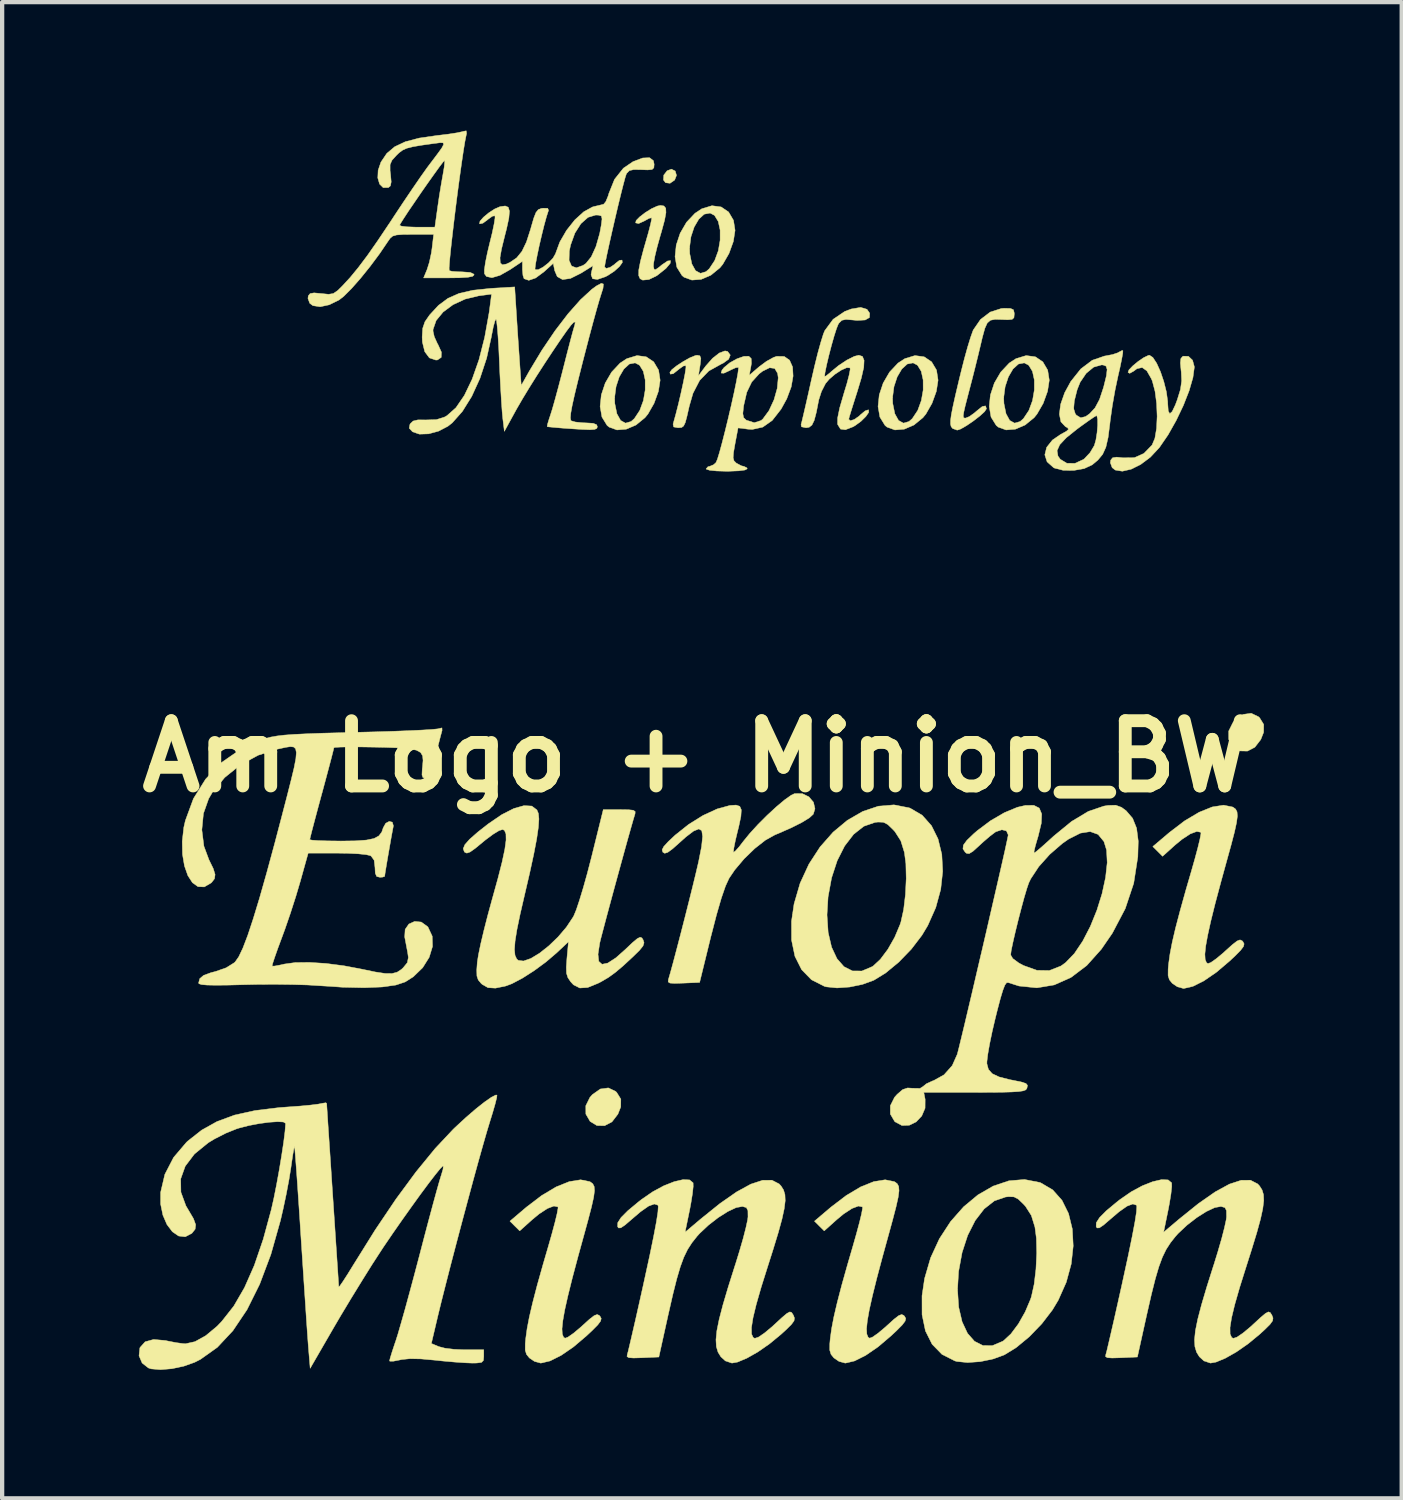
<source format=kicad_pcb>
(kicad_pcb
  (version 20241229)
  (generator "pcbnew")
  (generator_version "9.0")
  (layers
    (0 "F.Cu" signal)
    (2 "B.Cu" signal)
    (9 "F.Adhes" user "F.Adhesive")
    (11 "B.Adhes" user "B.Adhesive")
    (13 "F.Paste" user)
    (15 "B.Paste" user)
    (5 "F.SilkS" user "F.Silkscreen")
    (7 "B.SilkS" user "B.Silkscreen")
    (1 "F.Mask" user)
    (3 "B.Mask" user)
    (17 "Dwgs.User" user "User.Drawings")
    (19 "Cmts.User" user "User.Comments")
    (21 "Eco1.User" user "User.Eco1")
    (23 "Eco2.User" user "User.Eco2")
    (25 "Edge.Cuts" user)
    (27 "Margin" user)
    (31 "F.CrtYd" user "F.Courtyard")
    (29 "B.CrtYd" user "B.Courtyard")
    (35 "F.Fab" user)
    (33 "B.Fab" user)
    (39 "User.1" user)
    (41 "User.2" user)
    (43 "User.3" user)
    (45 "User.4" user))
  (footprint "Am Logo + Minion_BW"
    (layer "F.Cu")
    (at 13.215 14.616)
    (property "Reference" "Am Logo + Minion_BW" (at 0 0 0) (layer "F.SilkS") (effects (font (size 1.524 1.524) (thickness 0.3))))
    (attr through_hole)
    (fp_poly (pts (xy -0.496 -13.672) (xy -0.466 -13.571) (xy -0.509 -13.461) (xy -0.617 -13.386) (xy -0.721 -13.399) (xy -0.77 -13.463) (xy -0.763 -13.577) (xy -0.685 -13.678) (xy -0.584 -13.716) (xy -0.496 -13.672)) (stroke (width 0.01) (type solid)) (fill yes) (layer "F.SilkS"))
    (fp_poly (pts (xy -1.888 7.822) (xy -1.863 7.846) (xy -1.766 8.002) (xy -1.768 8.186) (xy -1.835 8.355) (xy -1.973 8.534) (xy -2.145 8.624) (xy -2.325 8.62) (xy -2.484 8.523) (xy -2.583 8.352) (xy -2.584 8.157) (xy -2.487 7.961) (xy -2.431 7.898) (xy -2.244 7.766) (xy -2.058 7.741) (xy -1.888 7.822)) (stroke (width 0.01) (type solid)) (fill yes) (layer "F.SilkS"))
    (fp_poly (pts (xy 13.126 -0.927) (xy 13.152 -0.903) (xy 13.248 -0.747) (xy 13.246 -0.563) (xy 13.179 -0.394) (xy 13.041 -0.215) (xy 12.869 -0.125) (xy 12.689 -0.129) (xy 12.531 -0.226) (xy 12.431 -0.397) (xy 12.43 -0.592) (xy 12.527 -0.788) (xy 12.583 -0.851) (xy 12.77 -0.982) (xy 12.956 -1.008) (xy 13.126 -0.927)) (stroke (width 0.01) (type solid)) (fill yes) (layer "F.SilkS"))
    (fp_poly (pts (xy -1.173 -9.333) (xy -0.999 -9.216) (xy -0.884 -9.022) (xy -0.848 -8.787) (xy -0.888 -8.528) (xy -0.99 -8.246) (xy -1.133 -7.996) (xy -1.203 -7.911) (xy -1.412 -7.74) (xy -1.639 -7.643) (xy -1.856 -7.625) (xy -2.04 -7.692) (xy -2.087 -7.731) (xy -2.207 -7.926) (xy -2.25 -8.172) (xy -2.228 -8.383) (xy -1.911 -8.383) (xy -1.907 -8.244) (xy -1.858 -8.003) (xy -1.771 -7.847) (xy -1.658 -7.784) (xy -1.527 -7.822) (xy -1.45 -7.89) (xy -1.324 -8.081) (xy -1.239 -8.312) (xy -1.197 -8.557) (xy -1.197 -8.793) (xy -1.241 -8.994) (xy -1.328 -9.136) (xy -1.431 -9.191) (xy -1.567 -9.165) (xy -1.695 -9.048) (xy -1.803 -8.864) (xy -1.878 -8.635) (xy -1.911 -8.383) (xy -2.228 -8.383) (xy -2.222 -8.444) (xy -2.13 -8.72) (xy -1.982 -8.975) (xy -1.784 -9.186) (xy -1.626 -9.29) (xy -1.388 -9.362) (xy -1.173 -9.333)) (stroke (width 0.01) (type solid)) (fill yes) (layer "F.SilkS"))
    (fp_poly (pts (xy 0.577 -12.833) (xy 0.751 -12.715) (xy 0.865 -12.521) (xy 0.902 -12.286) (xy 0.862 -12.027) (xy 0.76 -11.746) (xy 0.616 -11.496) (xy 0.547 -11.411) (xy 0.337 -11.239) (xy 0.111 -11.142) (xy -0.106 -11.125) (xy -0.29 -11.192) (xy -0.337 -11.231) (xy -0.458 -11.426) (xy -0.5 -11.672) (xy -0.478 -11.883) (xy -0.161 -11.883) (xy -0.157 -11.743) (xy -0.108 -11.502) (xy -0.022 -11.346) (xy 0.092 -11.283) (xy 0.222 -11.321) (xy 0.3 -11.39) (xy 0.426 -11.581) (xy 0.511 -11.811) (xy 0.553 -12.057) (xy 0.553 -12.293) (xy 0.509 -12.494) (xy 0.422 -12.636) (xy 0.319 -12.69) (xy 0.182 -12.664) (xy 0.055 -12.548) (xy -0.053 -12.364) (xy -0.129 -12.134) (xy -0.161 -11.883) (xy -0.478 -11.883) (xy -0.472 -11.944) (xy -0.38 -12.22) (xy -0.232 -12.475) (xy -0.034 -12.685) (xy 0.124 -12.79) (xy 0.362 -12.862) (xy 0.577 -12.833)) (stroke (width 0.01) (type solid)) (fill yes) (layer "F.SilkS"))
    (fp_poly (pts (xy 5.318 -9.333) (xy 5.492 -9.216) (xy 5.607 -9.022) (xy 5.643 -8.787) (xy 5.603 -8.528) (xy 5.501 -8.246) (xy 5.358 -7.996) (xy 5.288 -7.911) (xy 5.079 -7.74) (xy 4.853 -7.643) (xy 4.635 -7.625) (xy 4.451 -7.692) (xy 4.404 -7.731) (xy 4.284 -7.926) (xy 4.241 -8.172) (xy 4.263 -8.383) (xy 4.58 -8.383) (xy 4.584 -8.244) (xy 4.633 -8.003) (xy 4.72 -7.847) (xy 4.833 -7.784) (xy 4.964 -7.822) (xy 5.041 -7.89) (xy 5.168 -8.081) (xy 5.252 -8.312) (xy 5.295 -8.557) (xy 5.294 -8.793) (xy 5.25 -8.994) (xy 5.163 -9.136) (xy 5.06 -9.191) (xy 4.924 -9.165) (xy 4.796 -9.048) (xy 4.688 -8.864) (xy 4.613 -8.635) (xy 4.58 -8.383) (xy 4.263 -8.383) (xy 4.269 -8.444) (xy 4.361 -8.72) (xy 4.509 -8.975) (xy 4.707 -9.186) (xy 4.866 -9.29) (xy 5.103 -9.362) (xy 5.318 -9.333)) (stroke (width 0.01) (type solid)) (fill yes) (layer "F.SilkS"))
    (fp_poly (pts (xy 7.915 -9.333) (xy 8.089 -9.216) (xy 8.203 -9.022) (xy 8.24 -8.787) (xy 8.2 -8.528) (xy 8.098 -8.246) (xy 7.954 -7.996) (xy 7.885 -7.911) (xy 7.675 -7.74) (xy 7.449 -7.643) (xy 7.231 -7.625) (xy 7.047 -7.692) (xy 7.001 -7.731) (xy 6.88 -7.926) (xy 6.838 -8.172) (xy 6.859 -8.383) (xy 7.176 -8.383) (xy 7.181 -8.244) (xy 7.23 -8.003) (xy 7.316 -7.847) (xy 7.43 -7.784) (xy 7.56 -7.822) (xy 7.637 -7.89) (xy 7.764 -8.081) (xy 7.849 -8.312) (xy 7.891 -8.557) (xy 7.891 -8.793) (xy 7.847 -8.994) (xy 7.76 -9.136) (xy 7.657 -9.191) (xy 7.52 -9.165) (xy 7.392 -9.048) (xy 7.285 -8.864) (xy 7.209 -8.635) (xy 7.176 -8.383) (xy 6.859 -8.383) (xy 6.866 -8.444) (xy 6.957 -8.72) (xy 7.106 -8.975) (xy 7.304 -9.186) (xy 7.462 -9.29) (xy 7.7 -9.362) (xy 7.915 -9.333)) (stroke (width 0.01) (type solid)) (fill yes) (layer "F.SilkS"))
    (fp_poly (pts (xy -0.76 -12.856) (xy -0.717 -12.804) (xy -0.712 -12.7) (xy -0.744 -12.525) (xy -0.814 -12.266) (xy -0.846 -12.158) (xy -0.917 -11.904) (xy -0.971 -11.681) (xy -1.001 -11.516) (xy -1.005 -11.445) (xy -0.989 -11.376) (xy -0.951 -11.37) (xy -0.866 -11.431) (xy -0.809 -11.479) (xy -0.674 -11.571) (xy -0.604 -11.579) (xy -0.612 -11.517) (xy -0.711 -11.399) (xy -0.722 -11.389) (xy -0.925 -11.228) (xy -1.109 -11.138) (xy -1.255 -11.124) (xy -1.317 -11.157) (xy -1.349 -11.23) (xy -1.347 -11.361) (xy -1.308 -11.564) (xy -1.232 -11.852) (xy -1.189 -12) (xy -1.122 -12.234) (xy -1.073 -12.424) (xy -1.047 -12.546) (xy -1.046 -12.58) (xy -1.104 -12.568) (xy -1.211 -12.509) (xy -1.218 -12.505) (xy -1.351 -12.445) (xy -1.421 -12.461) (xy -1.408 -12.517) (xy -1.323 -12.603) (xy -1.194 -12.702) (xy -1.049 -12.792) (xy -0.915 -12.853) (xy -0.84 -12.869) (xy -0.76 -12.856)) (stroke (width 0.01) (type solid)) (fill yes) (layer "F.SilkS"))
    (fp_poly (pts (xy 0.728 -9.458) (xy 0.79 -9.374) (xy 0.752 -9.277) (xy 0.624 -9.185) (xy 0.579 -9.164) (xy 0.289 -9.003) (xy 0.074 -8.781) (xy -0.081 -8.481) (xy -0.167 -8.184) (xy -0.221 -7.946) (xy -0.261 -7.797) (xy -0.3 -7.717) (xy -0.346 -7.683) (xy -0.412 -7.677) (xy -0.431 -7.676) (xy -0.532 -7.695) (xy -0.546 -7.762) (xy -0.542 -7.775) (xy -0.483 -7.988) (xy -0.42 -8.235) (xy -0.36 -8.492) (xy -0.307 -8.734) (xy -0.267 -8.937) (xy -0.246 -9.076) (xy -0.247 -9.127) (xy -0.307 -9.118) (xy -0.406 -9.047) (xy -0.413 -9.041) (xy -0.542 -8.938) (xy -0.61 -8.929) (xy -0.621 -8.969) (xy -0.575 -9.033) (xy -0.461 -9.124) (xy -0.309 -9.223) (xy -0.154 -9.31) (xy -0.027 -9.362) (xy 0.015 -9.37) (xy 0.08 -9.357) (xy 0.103 -9.297) (xy 0.089 -9.163) (xy 0.084 -9.13) (xy 0.046 -8.89) (xy 0.217 -9.118) (xy 0.377 -9.299) (xy 0.534 -9.422) (xy 0.667 -9.471) (xy 0.728 -9.458)) (stroke (width 0.01) (type solid)) (fill yes) (layer "F.SilkS"))
    (fp_poly (pts (xy 7.336 -10.462) (xy 7.404 -10.431) (xy 7.422 -10.355) (xy 7.422 -10.329) (xy 7.415 -10.247) (xy 7.373 -10.208) (xy 7.268 -10.198) (xy 7.129 -10.204) (xy 6.974 -10.208) (xy 6.867 -10.187) (xy 6.792 -10.123) (xy 6.735 -9.997) (xy 6.678 -9.79) (xy 6.639 -9.624) (xy 6.58 -9.377) (xy 6.506 -9.077) (xy 6.431 -8.781) (xy 6.415 -8.721) (xy 6.333 -8.406) (xy 6.276 -8.185) (xy 6.243 -8.04) (xy 6.231 -7.956) (xy 6.237 -7.916) (xy 6.258 -7.903) (xy 6.287 -7.902) (xy 6.375 -7.938) (xy 6.5 -8.029) (xy 6.54 -8.064) (xy 6.675 -8.172) (xy 6.751 -8.187) (xy 6.773 -8.12) (xy 6.73 -8.053) (xy 6.618 -7.951) (xy 6.468 -7.835) (xy 6.31 -7.727) (xy 6.173 -7.648) (xy 6.089 -7.62) (xy 5.983 -7.659) (xy 5.947 -7.705) (xy 5.934 -7.763) (xy 5.935 -7.85) (xy 5.952 -7.98) (xy 5.989 -8.167) (xy 6.047 -8.428) (xy 6.129 -8.775) (xy 6.18 -8.984) (xy 6.256 -9.283) (xy 6.333 -9.561) (xy 6.403 -9.789) (xy 6.457 -9.94) (xy 6.466 -9.961) (xy 6.634 -10.205) (xy 6.861 -10.378) (xy 7.12 -10.461) (xy 7.186 -10.466) (xy 7.336 -10.462)) (stroke (width 0.01) (type solid)) (fill yes) (layer "F.SilkS"))
    (fp_poly (pts (xy 10.659 -9.318) (xy 10.748 -9.182) (xy 10.837 -8.985) (xy 10.915 -8.754) (xy 10.975 -8.515) (xy 11.005 -8.294) (xy 11.007 -8.234) (xy 11.019 -8.065) (xy 11.054 -8.005) (xy 11.11 -8.054) (xy 11.185 -8.211) (xy 11.229 -8.329) (xy 11.304 -8.572) (xy 11.332 -8.772) (xy 11.322 -8.983) (xy 11.319 -9.004) (xy 11.302 -9.189) (xy 11.313 -9.292) (xy 11.355 -9.341) (xy 11.37 -9.348) (xy 11.491 -9.344) (xy 11.586 -9.254) (xy 11.627 -9.104) (xy 11.628 -9.091) (xy 11.595 -8.847) (xy 11.506 -8.54) (xy 11.372 -8.198) (xy 11.204 -7.846) (xy 11.015 -7.511) (xy 10.816 -7.221) (xy 10.805 -7.207) (xy 10.601 -6.989) (xy 10.376 -6.82) (xy 10.152 -6.708) (xy 9.947 -6.661) (xy 9.782 -6.688) (xy 9.709 -6.744) (xy 9.667 -6.858) (xy 9.675 -6.92) (xy 9.719 -6.975) (xy 9.814 -6.99) (xy 9.963 -6.974) (xy 10.227 -6.977) (xy 10.45 -7.077) (xy 10.64 -7.272) (xy 10.706 -7.428) (xy 10.746 -7.662) (xy 10.759 -7.944) (xy 10.747 -8.242) (xy 10.71 -8.527) (xy 10.647 -8.766) (xy 10.625 -8.819) (xy 10.519 -9.005) (xy 10.41 -9.083) (xy 10.288 -9.056) (xy 10.212 -8.999) (xy 10.119 -8.947) (xy 10.079 -8.969) (xy 10.101 -9.028) (xy 10.19 -9.121) (xy 10.315 -9.225) (xy 10.446 -9.314) (xy 10.553 -9.365) (xy 10.58 -9.37) (xy 10.659 -9.318)) (stroke (width 0.01) (type solid)) (fill yes) (layer "F.SilkS"))
    (fp_poly (pts (xy 12.522 1.181) (xy 12.534 1.187) (xy 12.592 1.23) (xy 12.625 1.294) (xy 12.633 1.394) (xy 12.613 1.547) (xy 12.565 1.767) (xy 12.486 2.07) (xy 12.417 2.319) (xy 12.25 2.926) (xy 12.115 3.432) (xy 12.012 3.847) (xy 11.939 4.177) (xy 11.893 4.431) (xy 11.874 4.617) (xy 11.881 4.742) (xy 11.911 4.815) (xy 11.946 4.838) (xy 12.015 4.812) (xy 12.14 4.724) (xy 12.299 4.592) (xy 12.348 4.547) (xy 12.518 4.394) (xy 12.627 4.31) (xy 12.695 4.284) (xy 12.744 4.305) (xy 12.763 4.326) (xy 12.79 4.378) (xy 12.775 4.439) (xy 12.707 4.529) (xy 12.574 4.664) (xy 12.447 4.782) (xy 12.142 5.041) (xy 11.852 5.24) (xy 11.595 5.369) (xy 11.386 5.418) (xy 11.375 5.419) (xy 11.231 5.379) (xy 11.112 5.298) (xy 11.045 5.215) (xy 11.015 5.117) (xy 11.016 4.967) (xy 11.027 4.845) (xy 11.059 4.613) (xy 11.112 4.337) (xy 11.19 4.004) (xy 11.296 3.601) (xy 11.432 3.113) (xy 11.554 2.695) (xy 11.639 2.396) (xy 11.709 2.135) (xy 11.758 1.932) (xy 11.782 1.805) (xy 11.781 1.771) (xy 11.685 1.752) (xy 11.532 1.809) (xy 11.338 1.937) (xy 11.179 2.068) (xy 10.886 2.332) (xy 10.658 2.104) (xy 11.044 1.777) (xy 11.4 1.505) (xy 11.738 1.304) (xy 12.045 1.18) (xy 12.311 1.138) (xy 12.522 1.181)) (stroke (width 0.01) (type solid)) (fill yes) (layer "F.SilkS"))
    (fp_poly (pts (xy -2.492 9.93) (xy -2.48 9.936) (xy -2.422 9.979) (xy -2.389 10.043) (xy -2.381 10.143) (xy -2.401 10.296) (xy -2.45 10.516) (xy -2.529 10.819) (xy -2.597 11.068) (xy -2.764 11.674) (xy -2.899 12.181) (xy -3.002 12.596) (xy -3.076 12.926) (xy -3.121 13.18) (xy -3.14 13.366) (xy -3.133 13.491) (xy -3.103 13.564) (xy -3.068 13.587) (xy -3 13.561) (xy -2.874 13.473) (xy -2.715 13.34) (xy -2.666 13.296) (xy -2.497 13.143) (xy -2.388 13.059) (xy -2.319 13.033) (xy -2.271 13.054) (xy -2.251 13.075) (xy -2.224 13.126) (xy -2.239 13.188) (xy -2.307 13.278) (xy -2.44 13.412) (xy -2.567 13.531) (xy -2.872 13.79) (xy -3.162 13.989) (xy -3.42 14.118) (xy -3.628 14.167) (xy -3.639 14.168) (xy -3.783 14.128) (xy -3.902 14.047) (xy -3.969 13.964) (xy -3.999 13.866) (xy -3.998 13.716) (xy -3.987 13.594) (xy -3.955 13.362) (xy -3.902 13.086) (xy -3.824 12.753) (xy -3.719 12.349) (xy -3.582 11.862) (xy -3.46 11.444) (xy -3.375 11.145) (xy -3.305 10.884) (xy -3.256 10.681) (xy -3.233 10.554) (xy -3.233 10.52) (xy -3.329 10.5) (xy -3.482 10.558) (xy -3.677 10.686) (xy -3.835 10.817) (xy -4.128 11.08) (xy -4.242 10.967) (xy -4.356 10.853) (xy -3.971 10.526) (xy -3.614 10.254) (xy -3.277 10.053) (xy -2.969 9.929) (xy -2.704 9.887) (xy -2.492 9.93)) (stroke (width 0.01) (type solid)) (fill yes) (layer "F.SilkS"))
    (fp_poly (pts (xy 4.62 9.93) (xy 4.632 9.936) (xy 4.69 9.979) (xy 4.723 10.043) (xy 4.731 10.143) (xy 4.711 10.296) (xy 4.662 10.516) (xy 4.583 10.819) (xy 4.515 11.068) (xy 4.348 11.674) (xy 4.213 12.181) (xy 4.11 12.596) (xy 4.036 12.926) (xy 3.991 13.18) (xy 3.972 13.366) (xy 3.979 13.491) (xy 4.009 13.564) (xy 4.044 13.587) (xy 4.112 13.561) (xy 4.238 13.473) (xy 4.397 13.34) (xy 4.446 13.296) (xy 4.615 13.143) (xy 4.724 13.059) (xy 4.793 13.033) (xy 4.841 13.054) (xy 4.861 13.075) (xy 4.888 13.126) (xy 4.873 13.188) (xy 4.805 13.278) (xy 4.672 13.412) (xy 4.545 13.531) (xy 4.24 13.79) (xy 3.95 13.989) (xy 3.692 14.118) (xy 3.484 14.167) (xy 3.473 14.168) (xy 3.329 14.128) (xy 3.21 14.047) (xy 3.143 13.964) (xy 3.113 13.866) (xy 3.114 13.716) (xy 3.125 13.594) (xy 3.157 13.362) (xy 3.21 13.086) (xy 3.288 12.753) (xy 3.393 12.349) (xy 3.53 11.862) (xy 3.652 11.444) (xy 3.737 11.145) (xy 3.807 10.884) (xy 3.856 10.681) (xy 3.879 10.554) (xy 3.878 10.52) (xy 3.783 10.5) (xy 3.63 10.558) (xy 3.435 10.686) (xy 3.277 10.817) (xy 2.984 11.08) (xy 2.87 10.967) (xy 2.756 10.853) (xy 3.141 10.526) (xy 3.498 10.254) (xy 3.835 10.053) (xy 4.143 9.929) (xy 4.408 9.887) (xy 4.62 9.93)) (stroke (width 0.01) (type solid)) (fill yes) (layer "F.SilkS"))
    (fp_poly (pts (xy 4.967 1.2) (xy 4.992 1.209) (xy 5.272 1.373) (xy 5.489 1.617) (xy 5.642 1.926) (xy 5.73 2.287) (xy 5.751 2.684) (xy 5.705 3.104) (xy 5.589 3.53) (xy 5.402 3.95) (xy 5.266 4.177) (xy 5.018 4.501) (xy 4.725 4.804) (xy 4.417 5.058) (xy 4.142 5.227) (xy 3.879 5.323) (xy 3.579 5.385) (xy 3.283 5.406) (xy 3.034 5.381) (xy 2.987 5.368) (xy 2.686 5.215) (xy 2.456 4.979) (xy 2.3 4.668) (xy 2.221 4.288) (xy 2.22 3.848) (xy 2.242 3.701) (xy 3.049 3.701) (xy 3.076 4.11) (xy 3.156 4.454) (xy 3.282 4.723) (xy 3.446 4.91) (xy 3.643 5.009) (xy 3.864 5.011) (xy 4.104 4.909) (xy 4.126 4.895) (xy 4.296 4.737) (xy 4.471 4.503) (xy 4.63 4.223) (xy 4.754 3.929) (xy 4.775 3.866) (xy 4.839 3.577) (xy 4.881 3.224) (xy 4.899 2.852) (xy 4.891 2.504) (xy 4.857 2.243) (xy 4.773 1.971) (xy 4.636 1.757) (xy 4.597 1.714) (xy 4.47 1.591) (xy 4.368 1.537) (xy 4.243 1.532) (xy 4.17 1.54) (xy 3.91 1.63) (xy 3.671 1.818) (xy 3.461 2.091) (xy 3.287 2.435) (xy 3.156 2.836) (xy 3.074 3.281) (xy 3.049 3.701) (xy 2.242 3.701) (xy 2.28 3.443) (xy 2.421 2.96) (xy 2.627 2.514) (xy 2.887 2.114) (xy 3.19 1.77) (xy 3.525 1.491) (xy 3.882 1.285) (xy 4.248 1.162) (xy 4.613 1.131) (xy 4.967 1.2)) (stroke (width 0.01) (type solid)) (fill yes) (layer "F.SilkS"))
    (fp_poly (pts (xy 8.015 9.949) (xy 8.04 9.958) (xy 8.32 10.122) (xy 8.537 10.366) (xy 8.69 10.675) (xy 8.778 11.036) (xy 8.799 11.433) (xy 8.753 11.852) (xy 8.637 12.279) (xy 8.45 12.699) (xy 8.314 12.926) (xy 8.066 13.249) (xy 7.773 13.553) (xy 7.465 13.807) (xy 7.19 13.976) (xy 6.927 14.072) (xy 6.627 14.134) (xy 6.331 14.155) (xy 6.082 14.13) (xy 6.035 14.117) (xy 5.734 13.964) (xy 5.504 13.728) (xy 5.348 13.417) (xy 5.269 13.037) (xy 5.268 12.596) (xy 5.29 12.45) (xy 6.097 12.45) (xy 6.124 12.859) (xy 6.204 13.202) (xy 6.33 13.472) (xy 6.494 13.659) (xy 6.691 13.758) (xy 6.912 13.76) (xy 7.152 13.658) (xy 7.174 13.644) (xy 7.344 13.486) (xy 7.519 13.252) (xy 7.678 12.971) (xy 7.802 12.678) (xy 7.823 12.615) (xy 7.887 12.326) (xy 7.929 11.973) (xy 7.947 11.601) (xy 7.939 11.253) (xy 7.905 10.992) (xy 7.821 10.72) (xy 7.684 10.506) (xy 7.645 10.463) (xy 7.518 10.34) (xy 7.416 10.286) (xy 7.291 10.281) (xy 7.218 10.289) (xy 6.958 10.379) (xy 6.719 10.567) (xy 6.509 10.84) (xy 6.335 11.184) (xy 6.204 11.585) (xy 6.122 12.03) (xy 6.097 12.45) (xy 5.29 12.45) (xy 5.328 12.192) (xy 5.469 11.708) (xy 5.675 11.262) (xy 5.935 10.863) (xy 6.238 10.519) (xy 6.573 10.24) (xy 6.93 10.034) (xy 7.296 9.911) (xy 7.661 9.88) (xy 8.015 9.949)) (stroke (width 0.01) (type solid)) (fill yes) (layer "F.SilkS"))
    (fp_poly (pts (xy 2.626 0.943) (xy 2.733 1.069) (xy 2.768 1.222) (xy 2.729 1.349) (xy 2.638 1.433) (xy 2.46 1.542) (xy 2.214 1.666) (xy 1.919 1.796) (xy 1.835 1.83) (xy 1.612 1.954) (xy 1.362 2.15) (xy 1.113 2.391) (xy 0.893 2.652) (xy 0.761 2.848) (xy 0.678 3.028) (xy 0.58 3.313) (xy 0.469 3.696) (xy 0.347 4.169) (xy 0.34 4.194) (xy 0.074 5.278) (xy -0.306 5.294) (xy -0.507 5.3) (xy -0.618 5.293) (xy -0.66 5.266) (xy -0.656 5.214) (xy -0.655 5.21) (xy -0.609 5.052) (xy -0.542 4.807) (xy -0.46 4.497) (xy -0.368 4.144) (xy -0.272 3.77) (xy -0.178 3.398) (xy -0.091 3.049) (xy -0.017 2.745) (xy 0.038 2.51) (xy 0.054 2.439) (xy 0.12 2.103) (xy 0.144 1.869) (xy 0.124 1.733) (xy 0.055 1.693) (xy -0.067 1.743) (xy -0.247 1.88) (xy -0.385 2.004) (xy -0.558 2.158) (xy -0.67 2.24) (xy -0.741 2.262) (xy -0.785 2.236) (xy -0.802 2.181) (xy -0.763 2.104) (xy -0.657 1.988) (xy -0.497 1.838) (xy -0.183 1.588) (xy 0.154 1.378) (xy 0.484 1.226) (xy 0.776 1.146) (xy 0.783 1.145) (xy 0.925 1.136) (xy 1.012 1.165) (xy 1.048 1.247) (xy 1.038 1.4) (xy 0.988 1.638) (xy 0.96 1.749) (xy 0.909 1.962) (xy 0.875 2.131) (xy 0.863 2.227) (xy 0.865 2.239) (xy 0.908 2.21) (xy 0.996 2.112) (xy 1.092 1.987) (xy 1.245 1.799) (xy 1.437 1.589) (xy 1.65 1.376) (xy 1.863 1.179) (xy 2.057 1.016) (xy 2.212 0.906) (xy 2.289 0.869) (xy 2.471 0.868) (xy 2.626 0.943)) (stroke (width 0.01) (type solid)) (fill yes) (layer "F.SilkS"))
    (fp_poly (pts (xy 3.982 -10.443) (xy 4.045 -10.353) (xy 4.041 -10.251) (xy 3.94 -10.193) (xy 3.75 -10.183) (xy 3.659 -10.192) (xy 3.492 -10.206) (xy 3.395 -10.186) (xy 3.329 -10.12) (xy 3.312 -10.094) (xy 3.273 -9.998) (xy 3.217 -9.824) (xy 3.154 -9.602) (xy 3.092 -9.364) (xy 3.039 -9.141) (xy 3.003 -8.965) (xy 2.992 -8.875) (xy 3.027 -8.887) (xy 3.116 -8.958) (xy 3.147 -8.987) (xy 3.324 -9.132) (xy 3.515 -9.258) (xy 3.687 -9.344) (xy 3.792 -9.37) (xy 3.877 -9.342) (xy 3.915 -9.25) (xy 3.907 -9.086) (xy 3.851 -8.839) (xy 3.757 -8.526) (xy 3.678 -8.278) (xy 3.613 -8.072) (xy 3.57 -7.93) (xy 3.556 -7.875) (xy 3.593 -7.841) (xy 3.683 -7.868) (xy 3.794 -7.944) (xy 3.837 -7.985) (xy 3.939 -8.07) (xy 4.014 -8.095) (xy 4.02 -8.092) (xy 4.023 -8.036) (xy 3.957 -7.94) (xy 3.845 -7.829) (xy 3.709 -7.729) (xy 3.658 -7.699) (xy 3.479 -7.63) (xy 3.365 -7.645) (xy 3.301 -7.748) (xy 3.296 -7.764) (xy 3.297 -7.905) (xy 3.345 -8.139) (xy 3.437 -8.455) (xy 3.442 -8.473) (xy 3.514 -8.709) (xy 3.565 -8.904) (xy 3.59 -9.034) (xy 3.587 -9.075) (xy 3.511 -9.08) (xy 3.385 -9.024) (xy 3.238 -8.928) (xy 3.1 -8.81) (xy 3.014 -8.708) (xy 2.919 -8.522) (xy 2.855 -8.322) (xy 2.854 -8.313) (xy 2.799 -8.033) (xy 2.75 -7.848) (xy 2.697 -7.739) (xy 2.632 -7.688) (xy 2.56 -7.676) (xy 2.454 -7.698) (xy 2.443 -7.749) (xy 2.463 -7.825) (xy 2.503 -7.993) (xy 2.558 -8.231) (xy 2.624 -8.522) (xy 2.681 -8.779) (xy 2.757 -9.109) (xy 2.833 -9.416) (xy 2.905 -9.675) (xy 2.964 -9.864) (xy 2.996 -9.943) (xy 3.192 -10.209) (xy 3.464 -10.393) (xy 3.616 -10.45) (xy 3.836 -10.487) (xy 3.982 -10.443)) (stroke (width 0.01) (type solid)) (fill yes) (layer "F.SilkS"))
    (fp_poly (pts (xy 1.224 -9.345) (xy 1.279 -9.293) (xy 1.284 -9.18) (xy 1.272 -9.107) (xy 1.234 -8.903) (xy 1.47 -9.105) (xy 1.636 -9.228) (xy 1.799 -9.318) (xy 1.873 -9.344) (xy 2.051 -9.341) (xy 2.175 -9.254) (xy 2.245 -9.096) (xy 2.257 -8.883) (xy 2.213 -8.63) (xy 2.109 -8.352) (xy 1.977 -8.112) (xy 1.77 -7.847) (xy 1.548 -7.691) (xy 1.304 -7.637) (xy 1.205 -7.643) (xy 0.972 -7.673) (xy 0.901 -7.299) (xy 0.866 -7.097) (xy 0.857 -6.975) (xy 0.877 -6.904) (xy 0.927 -6.854) (xy 0.934 -6.849) (xy 1.048 -6.788) (xy 1.111 -6.773) (xy 1.179 -6.739) (xy 1.185 -6.717) (xy 1.132 -6.689) (xy 0.986 -6.67) (xy 0.767 -6.661) (xy 0.706 -6.66) (xy 0.472 -6.667) (xy 0.306 -6.684) (xy 0.229 -6.71) (xy 0.226 -6.717) (xy 0.271 -6.768) (xy 0.304 -6.773) (xy 0.401 -6.813) (xy 0.456 -6.863) (xy 0.489 -6.94) (xy 0.539 -7.103) (xy 0.601 -7.332) (xy 0.671 -7.606) (xy 0.744 -7.905) (xy 0.768 -8.008) (xy 1.083 -8.008) (xy 1.101 -7.913) (xy 1.161 -7.856) (xy 1.166 -7.853) (xy 1.35 -7.794) (xy 1.509 -7.845) (xy 1.55 -7.88) (xy 1.694 -8.076) (xy 1.811 -8.328) (xy 1.887 -8.597) (xy 1.91 -8.842) (xy 1.896 -8.946) (xy 1.828 -9.061) (xy 1.709 -9.078) (xy 1.544 -8.997) (xy 1.464 -8.935) (xy 1.291 -8.745) (xy 1.175 -8.504) (xy 1.101 -8.183) (xy 1.101 -8.176) (xy 1.083 -8.008) (xy 0.768 -8.008) (xy 0.815 -8.209) (xy 0.879 -8.497) (xy 0.931 -8.748) (xy 0.967 -8.943) (xy 0.982 -9.061) (xy 0.98 -9.086) (xy 0.918 -9.079) (xy 0.802 -9.027) (xy 0.779 -9.014) (xy 0.64 -8.95) (xy 0.576 -8.954) (xy 0.596 -9.021) (xy 0.645 -9.083) (xy 0.778 -9.193) (xy 0.945 -9.286) (xy 1.107 -9.343) (xy 1.223 -9.346) (xy 1.224 -9.345)) (stroke (width 0.01) (type solid)) (fill yes) (layer "F.SilkS"))
    (fp_poly (pts (xy 9.959 -9.477) (xy 9.956 -9.416) (xy 9.93 -9.27) (xy 9.887 -9.062) (xy 9.847 -8.89) (xy 9.778 -8.564) (xy 9.713 -8.196) (xy 9.664 -7.851) (xy 9.654 -7.761) (xy 9.614 -7.449) (xy 9.562 -7.222) (xy 9.486 -7.055) (xy 9.375 -6.921) (xy 9.242 -6.81) (xy 9.055 -6.723) (xy 8.814 -6.68) (xy 8.567 -6.682) (xy 8.363 -6.734) (xy 8.34 -6.746) (xy 8.189 -6.88) (xy 8.136 -7.044) (xy 8.16 -7.141) (xy 8.422 -7.141) (xy 8.443 -7.016) (xy 8.497 -6.94) (xy 8.651 -6.847) (xy 8.84 -6.845) (xy 9.036 -6.935) (xy 9.059 -6.952) (xy 9.192 -7.094) (xy 9.292 -7.261) (xy 9.329 -7.391) (xy 9.356 -7.561) (xy 9.37 -7.734) (xy 9.369 -7.877) (xy 9.351 -7.954) (xy 9.341 -7.959) (xy 9.286 -7.927) (xy 9.162 -7.843) (xy 8.992 -7.721) (xy 8.89 -7.646) (xy 8.639 -7.445) (xy 8.485 -7.281) (xy 8.422 -7.141) (xy 8.16 -7.141) (xy 8.179 -7.219) (xy 8.314 -7.389) (xy 8.497 -7.515) (xy 8.638 -7.593) (xy 8.69 -7.64) (xy 8.667 -7.676) (xy 8.617 -7.703) (xy 8.512 -7.814) (xy 8.476 -7.994) (xy 8.492 -8.122) (xy 8.81 -8.122) (xy 8.847 -8.003) (xy 8.873 -7.97) (xy 8.974 -7.909) (xy 9.089 -7.938) (xy 9.18 -8.002) (xy 9.309 -8.141) (xy 9.414 -8.338) (xy 9.507 -8.619) (xy 9.518 -8.662) (xy 9.575 -8.893) (xy 9.591 -9.038) (xy 9.566 -9.115) (xy 9.497 -9.142) (xy 9.459 -9.144) (xy 9.277 -9.092) (xy 9.104 -8.95) (xy 8.961 -8.74) (xy 8.891 -8.565) (xy 8.825 -8.303) (xy 8.81 -8.122) (xy 8.492 -8.122) (xy 8.506 -8.227) (xy 8.6 -8.495) (xy 8.742 -8.756) (xy 8.976 -9.05) (xy 9.243 -9.252) (xy 9.53 -9.351) (xy 9.551 -9.354) (xy 9.718 -9.386) (xy 9.843 -9.428) (xy 9.865 -9.442) (xy 9.939 -9.48) (xy 9.959 -9.477)) (stroke (width 0.01) (type solid)) (fill yes) (layer "F.SilkS"))
    (fp_poly (pts (xy -3.845 1.159) (xy -3.726 1.249) (xy -3.691 1.332) (xy -3.679 1.46) (xy -3.692 1.655) (xy -3.731 1.925) (xy -3.799 2.28) (xy -3.896 2.728) (xy -4.016 3.244) (xy -4.12 3.694) (xy -4.193 4.047) (xy -4.236 4.316) (xy -4.25 4.511) (xy -4.237 4.645) (xy -4.198 4.73) (xy -4.163 4.762) (xy -4.04 4.778) (xy -3.867 4.718) (xy -3.664 4.595) (xy -3.446 4.422) (xy -3.231 4.215) (xy -3.037 3.987) (xy -2.881 3.752) (xy -2.862 3.717) (xy -2.806 3.581) (xy -2.731 3.356) (xy -2.643 3.066) (xy -2.549 2.731) (xy -2.457 2.375) (xy -2.45 2.348) (xy -2.176 1.242) (xy -1.79 1.242) (xy -1.587 1.245) (xy -1.474 1.257) (xy -1.431 1.287) (xy -1.434 1.339) (xy -1.436 1.346) (xy -1.476 1.479) (xy -1.539 1.699) (xy -1.62 1.987) (xy -1.713 2.324) (xy -1.813 2.688) (xy -1.915 3.061) (xy -2.013 3.423) (xy -2.102 3.754) (xy -2.176 4.034) (xy -2.231 4.243) (xy -2.259 4.358) (xy -2.299 4.62) (xy -2.281 4.786) (xy -2.205 4.854) (xy -2.071 4.826) (xy -1.88 4.702) (xy -1.665 4.511) (xy -1.493 4.348) (xy -1.383 4.256) (xy -1.316 4.222) (xy -1.274 4.238) (xy -1.246 4.282) (xy -1.224 4.351) (xy -1.248 4.426) (xy -1.331 4.529) (xy -1.482 4.677) (xy -1.714 4.892) (xy -1.897 5.046) (xy -2.057 5.162) (xy -2.223 5.259) (xy -2.298 5.298) (xy -2.539 5.396) (xy -2.724 5.408) (xy -2.871 5.334) (xy -2.937 5.263) (xy -3.002 5.167) (xy -3.035 5.064) (xy -3.039 4.919) (xy -3.025 4.718) (xy -2.989 4.328) (xy -3.269 4.59) (xy -3.516 4.801) (xy -3.791 5.003) (xy -4.066 5.179) (xy -4.311 5.308) (xy -4.453 5.361) (xy -4.695 5.411) (xy -4.869 5.4) (xy -5.004 5.323) (xy -5.031 5.298) (xy -5.096 5.22) (xy -5.127 5.128) (xy -5.131 4.988) (xy -5.118 4.804) (xy -5.091 4.632) (xy -5.038 4.376) (xy -4.963 4.06) (xy -4.873 3.708) (xy -4.774 3.345) (xy -4.77 3.331) (xy -4.636 2.848) (xy -4.538 2.463) (xy -4.475 2.167) (xy -4.446 1.952) (xy -4.449 1.809) (xy -4.483 1.729) (xy -4.525 1.706) (xy -4.61 1.732) (xy -4.752 1.819) (xy -4.928 1.95) (xy -4.986 1.998) (xy -5.168 2.148) (xy -5.287 2.232) (xy -5.362 2.258) (xy -5.411 2.238) (xy -5.422 2.225) (xy -5.447 2.154) (xy -5.408 2.06) (xy -5.298 1.935) (xy -5.108 1.768) (xy -4.864 1.576) (xy -4.546 1.359) (xy -4.265 1.216) (xy -4.028 1.149) (xy -3.845 1.159)) (stroke (width 0.01) (type solid)) (fill yes) (layer "F.SilkS"))
    (fp_poly (pts (xy -0.16 9.89) (xy -0.078 9.958) (xy -0.078 9.958) (xy -0.076 10.046) (xy -0.094 10.215) (xy -0.13 10.438) (xy -0.156 10.576) (xy -0.266 11.112) (xy 0.097 10.805) (xy 0.548 10.442) (xy 0.938 10.17) (xy 1.269 9.989) (xy 1.544 9.899) (xy 1.764 9.897) (xy 1.932 9.984) (xy 1.977 10.033) (xy 2.034 10.124) (xy 2.067 10.234) (xy 2.073 10.376) (xy 2.05 10.562) (xy 1.997 10.806) (xy 1.911 11.12) (xy 1.79 11.516) (xy 1.668 11.9) (xy 1.511 12.398) (xy 1.396 12.799) (xy 1.321 13.11) (xy 1.285 13.337) (xy 1.287 13.489) (xy 1.325 13.571) (xy 1.363 13.59) (xy 1.448 13.562) (xy 1.59 13.465) (xy 1.769 13.316) (xy 1.825 13.264) (xy 2.001 13.102) (xy 2.113 13.008) (xy 2.181 12.972) (xy 2.223 12.986) (xy 2.258 13.04) (xy 2.263 13.048) (xy 2.289 13.116) (xy 2.279 13.181) (xy 2.218 13.265) (xy 2.094 13.388) (xy 1.97 13.501) (xy 1.705 13.719) (xy 1.433 13.908) (xy 1.176 14.054) (xy 0.957 14.145) (xy 0.829 14.168) (xy 0.676 14.117) (xy 0.569 14.019) (xy 0.504 13.913) (xy 0.465 13.784) (xy 0.456 13.621) (xy 0.477 13.412) (xy 0.531 13.144) (xy 0.619 12.807) (xy 0.743 12.388) (xy 0.905 11.875) (xy 0.906 11.875) (xy 1.004 11.557) (xy 1.09 11.26) (xy 1.155 11.007) (xy 1.195 10.823) (xy 1.204 10.753) (xy 1.202 10.606) (xy 1.167 10.537) (xy 1.081 10.511) (xy 1.071 10.51) (xy 0.928 10.536) (xy 0.732 10.628) (xy 0.508 10.77) (xy 0.282 10.945) (xy 0.076 11.138) (xy 0.012 11.209) (xy -0.106 11.358) (xy -0.207 11.515) (xy -0.295 11.696) (xy -0.377 11.919) (xy -0.46 12.201) (xy -0.55 12.559) (xy -0.653 13.01) (xy -0.661 13.044) (xy -0.878 14.026) (xy -1.264 14.043) (xy -1.468 14.049) (xy -1.58 14.041) (xy -1.622 14.015) (xy -1.615 13.967) (xy -1.594 13.89) (xy -1.553 13.717) (xy -1.494 13.463) (xy -1.42 13.142) (xy -1.336 12.768) (xy -1.244 12.356) (xy -1.211 12.205) (xy -1.091 11.654) (xy -1 11.211) (xy -0.936 10.873) (xy -0.9 10.64) (xy -0.892 10.51) (xy -0.899 10.48) (xy -0.985 10.452) (xy -1.119 10.502) (xy -1.307 10.634) (xy -1.51 10.807) (xy -1.669 10.944) (xy -1.766 11.009) (xy -1.82 11.012) (xy -1.841 10.981) (xy -1.838 10.889) (xy -1.761 10.769) (xy -1.603 10.61) (xy -1.358 10.406) (xy -1.279 10.344) (xy -1.022 10.167) (xy -0.763 10.027) (xy -0.52 9.931) (xy -0.313 9.883) (xy -0.16 9.89)) (stroke (width 0.01) (type solid)) (fill yes) (layer "F.SilkS"))
    (fp_poly (pts (xy 11.016 9.89) (xy 11.098 9.958) (xy 11.098 9.958) (xy 11.1 10.046) (xy 11.082 10.215) (xy 11.046 10.438) (xy 11.02 10.576) (xy 10.91 11.112) (xy 11.273 10.805) (xy 11.724 10.442) (xy 12.114 10.17) (xy 12.445 9.989) (xy 12.72 9.899) (xy 12.94 9.897) (xy 13.108 9.984) (xy 13.153 10.033) (xy 13.21 10.124) (xy 13.243 10.234) (xy 13.249 10.376) (xy 13.226 10.562) (xy 13.173 10.806) (xy 13.087 11.12) (xy 12.966 11.516) (xy 12.844 11.9) (xy 12.687 12.398) (xy 12.572 12.799) (xy 12.497 13.11) (xy 12.461 13.337) (xy 12.463 13.489) (xy 12.501 13.571) (xy 12.539 13.59) (xy 12.624 13.562) (xy 12.766 13.465) (xy 12.945 13.316) (xy 13.001 13.264) (xy 13.177 13.102) (xy 13.289 13.008) (xy 13.357 12.972) (xy 13.399 12.986) (xy 13.434 13.04) (xy 13.439 13.048) (xy 13.465 13.116) (xy 13.455 13.181) (xy 13.394 13.265) (xy 13.27 13.388) (xy 13.146 13.501) (xy 12.881 13.719) (xy 12.609 13.908) (xy 12.352 14.054) (xy 12.133 14.145) (xy 12.005 14.168) (xy 11.852 14.117) (xy 11.745 14.019) (xy 11.68 13.913) (xy 11.641 13.784) (xy 11.632 13.621) (xy 11.653 13.412) (xy 11.707 13.144) (xy 11.795 12.807) (xy 11.919 12.388) (xy 12.081 11.875) (xy 12.082 11.875) (xy 12.18 11.557) (xy 12.266 11.26) (xy 12.331 11.007) (xy 12.371 10.823) (xy 12.38 10.753) (xy 12.378 10.606) (xy 12.343 10.537) (xy 12.257 10.511) (xy 12.247 10.51) (xy 12.104 10.536) (xy 11.908 10.628) (xy 11.684 10.77) (xy 11.458 10.945) (xy 11.252 11.138) (xy 11.188 11.209) (xy 11.07 11.358) (xy 10.969 11.515) (xy 10.881 11.696) (xy 10.799 11.919) (xy 10.716 12.201) (xy 10.626 12.559) (xy 10.523 13.01) (xy 10.515 13.044) (xy 10.298 14.026) (xy 9.912 14.043) (xy 9.708 14.049) (xy 9.596 14.041) (xy 9.554 14.015) (xy 9.561 13.967) (xy 9.582 13.89) (xy 9.623 13.717) (xy 9.682 13.463) (xy 9.756 13.142) (xy 9.84 12.768) (xy 9.932 12.356) (xy 9.965 12.205) (xy 10.085 11.654) (xy 10.176 11.211) (xy 10.24 10.873) (xy 10.276 10.64) (xy 10.284 10.51) (xy 10.277 10.48) (xy 10.191 10.452) (xy 10.057 10.502) (xy 9.869 10.634) (xy 9.666 10.807) (xy 9.507 10.944) (xy 9.41 11.009) (xy 9.356 11.012) (xy 9.335 10.981) (xy 9.338 10.889) (xy 9.415 10.769) (xy 9.573 10.61) (xy 9.818 10.406) (xy 9.897 10.344) (xy 10.154 10.167) (xy 10.413 10.027) (xy 10.656 9.931) (xy 10.863 9.883) (xy 11.016 9.89)) (stroke (width 0.01) (type solid)) (fill yes) (layer "F.SilkS"))
    (fp_poly (pts (xy -5.368 -14.553) (xy -5.379 -14.501) (xy -5.407 -14.361) (xy -5.443 -14.141) (xy -5.485 -13.857) (xy -5.531 -13.528) (xy -5.579 -13.17) (xy -5.626 -12.802) (xy -5.67 -12.44) (xy -5.709 -12.103) (xy -5.742 -11.808) (xy -5.765 -11.571) (xy -5.776 -11.412) (xy -5.774 -11.346) (xy -5.774 -11.346) (xy -5.707 -11.329) (xy -5.566 -11.319) (xy -5.471 -11.317) (xy -5.28 -11.303) (xy -5.197 -11.262) (xy -5.193 -11.247) (xy -5.227 -11.213) (xy -5.336 -11.191) (xy -5.534 -11.179) (xy -5.783 -11.176) (xy -6.372 -11.176) (xy -6.292 -11.369) (xy -6.238 -11.54) (xy -6.191 -11.759) (xy -6.174 -11.877) (xy -6.137 -12.192) (xy -6.618 -12.192) (xy -6.853 -12.19) (xy -7.002 -12.179) (xy -7.093 -12.153) (xy -7.153 -12.102) (xy -7.199 -12.037) (xy -7.4 -11.741) (xy -7.622 -11.443) (xy -7.846 -11.165) (xy -8.056 -10.927) (xy -8.236 -10.747) (xy -8.346 -10.661) (xy -8.576 -10.548) (xy -8.788 -10.502) (xy -8.957 -10.528) (xy -9.031 -10.583) (xy -9.073 -10.696) (xy -9.065 -10.757) (xy -9.022 -10.81) (xy -8.93 -10.826) (xy -8.758 -10.81) (xy -8.756 -10.81) (xy -8.59 -10.793) (xy -8.48 -10.811) (xy -8.378 -10.881) (xy -8.27 -10.988) (xy -8.087 -11.186) (xy -7.895 -11.42) (xy -7.682 -11.703) (xy -7.439 -12.051) (xy -7.201 -12.406) (xy -6.933 -12.406) (xy -6.891 -12.385) (xy -6.762 -12.369) (xy -6.572 -12.362) (xy -6.531 -12.361) (xy -6.109 -12.361) (xy -6.044 -12.827) (xy -6.005 -13.093) (xy -5.961 -13.361) (xy -5.923 -13.577) (xy -5.92 -13.593) (xy -5.891 -13.764) (xy -5.879 -13.883) (xy -5.884 -13.918) (xy -5.919 -13.88) (xy -6.005 -13.767) (xy -6.127 -13.598) (xy -6.274 -13.391) (xy -6.432 -13.165) (xy -6.587 -12.938) (xy -6.729 -12.73) (xy -6.842 -12.557) (xy -6.915 -12.441) (xy -6.933 -12.406) (xy -7.201 -12.406) (xy -7.153 -12.477) (xy -7.044 -12.644) (xy -6.843 -12.947) (xy -6.639 -13.249) (xy -6.45 -13.524) (xy -6.294 -13.744) (xy -6.226 -13.835) (xy -6.056 -14.06) (xy -5.949 -14.207) (xy -5.904 -14.293) (xy -5.916 -14.33) (xy -5.984 -14.334) (xy -6.103 -14.318) (xy -6.13 -14.315) (xy -6.423 -14.274) (xy -6.627 -14.239) (xy -6.767 -14.203) (xy -6.865 -14.158) (xy -6.946 -14.097) (xy -7.006 -14.039) (xy -7.111 -13.923) (xy -7.155 -13.82) (xy -7.155 -13.679) (xy -7.144 -13.592) (xy -7.129 -13.418) (xy -7.147 -13.325) (xy -7.195 -13.285) (xy -7.316 -13.284) (xy -7.4 -13.367) (xy -7.442 -13.51) (xy -7.434 -13.689) (xy -7.369 -13.879) (xy -7.368 -13.881) (xy -7.232 -14.083) (xy -7.047 -14.239) (xy -6.799 -14.356) (xy -6.472 -14.442) (xy -6.049 -14.503) (xy -6.018 -14.506) (xy -5.789 -14.534) (xy -5.594 -14.564) (xy -5.468 -14.591) (xy -5.453 -14.596) (xy -5.377 -14.611) (xy -5.368 -14.553)) (stroke (width 0.01) (type solid)) (fill yes) (layer "F.SilkS"))
    (fp_poly (pts (xy -2.173 -11.033) (xy -2.182 -10.933) (xy -2.232 -10.776) (xy -2.271 -10.651) (xy -2.333 -10.435) (xy -2.412 -10.148) (xy -2.503 -9.808) (xy -2.6 -9.434) (xy -2.659 -9.206) (xy -2.768 -8.773) (xy -2.849 -8.438) (xy -2.904 -8.189) (xy -2.935 -8.016) (xy -2.944 -7.906) (xy -2.934 -7.849) (xy -2.924 -7.838) (xy -2.826 -7.81) (xy -2.664 -7.793) (xy -2.582 -7.79) (xy -2.412 -7.78) (xy -2.331 -7.747) (xy -2.314 -7.7) (xy -2.327 -7.661) (xy -2.377 -7.638) (xy -2.486 -7.63) (xy -2.671 -7.637) (xy -2.893 -7.651) (xy -3.135 -7.668) (xy -3.33 -7.685) (xy -3.454 -7.697) (xy -3.486 -7.703) (xy -3.478 -7.758) (xy -3.44 -7.884) (xy -3.413 -7.964) (xy -3.368 -8.106) (xy -3.304 -8.331) (xy -3.227 -8.614) (xy -3.145 -8.929) (xy -3.103 -9.093) (xy -3.025 -9.4) (xy -2.954 -9.673) (xy -2.896 -9.892) (xy -2.855 -10.035) (xy -2.842 -10.076) (xy -2.83 -10.147) (xy -2.868 -10.138) (xy -2.93 -10.072) (xy -3.039 -9.927) (xy -3.184 -9.719) (xy -3.354 -9.467) (xy -3.539 -9.187) (xy -3.726 -8.897) (xy -3.904 -8.613) (xy -4.062 -8.352) (xy -4.189 -8.133) (xy -4.209 -8.098) (xy -4.486 -7.592) (xy -4.523 -7.894) (xy -4.538 -8.052) (xy -4.555 -8.296) (xy -4.573 -8.602) (xy -4.591 -8.943) (xy -4.602 -9.207) (xy -4.617 -9.53) (xy -4.634 -9.811) (xy -4.652 -10.03) (xy -4.668 -10.171) (xy -4.681 -10.216) (xy -4.708 -10.165) (xy -4.745 -10.03) (xy -4.783 -9.838) (xy -4.788 -9.807) (xy -4.9 -9.302) (xy -5.056 -8.83) (xy -5.248 -8.409) (xy -5.467 -8.057) (xy -5.703 -7.791) (xy -5.805 -7.711) (xy -6.023 -7.597) (xy -6.256 -7.534) (xy -6.47 -7.527) (xy -6.629 -7.581) (xy -6.632 -7.584) (xy -6.708 -7.666) (xy -6.692 -7.753) (xy -6.681 -7.772) (xy -6.617 -7.833) (xy -6.506 -7.86) (xy -6.315 -7.859) (xy -6.314 -7.859) (xy -6.073 -7.866) (xy -5.888 -7.924) (xy -5.827 -7.958) (xy -5.617 -8.144) (xy -5.42 -8.432) (xy -5.239 -8.809) (xy -5.079 -9.264) (xy -4.946 -9.787) (xy -4.842 -10.365) (xy -4.825 -10.493) (xy -4.785 -10.797) (xy -5.087 -10.757) (xy -5.402 -10.681) (xy -5.685 -10.55) (xy -5.917 -10.378) (xy -6.079 -10.181) (xy -6.151 -9.973) (xy -6.152 -9.934) (xy -6.123 -9.803) (xy -6.051 -9.644) (xy -6.034 -9.615) (xy -5.956 -9.442) (xy -5.961 -9.319) (xy -6.047 -9.26) (xy -6.085 -9.257) (xy -6.237 -9.308) (xy -6.345 -9.453) (xy -6.4 -9.676) (xy -6.406 -9.794) (xy -6.393 -9.999) (xy -6.341 -10.152) (xy -6.232 -10.31) (xy -6.024 -10.535) (xy -5.803 -10.699) (xy -5.543 -10.814) (xy -5.223 -10.887) (xy -4.817 -10.93) (xy -4.761 -10.934) (xy -4.245 -10.965) (xy -4.211 -10.435) (xy -4.192 -10.137) (xy -4.169 -9.784) (xy -4.145 -9.434) (xy -4.135 -9.285) (xy -4.092 -8.664) (xy -3.901 -9.003) (xy -3.607 -9.491) (xy -3.303 -9.94) (xy -3 -10.336) (xy -2.71 -10.664) (xy -2.444 -10.909) (xy -2.333 -10.99) (xy -2.222 -11.049) (xy -2.173 -11.033)) (stroke (width 0.01) (type solid)) (fill yes) (layer "F.SilkS"))
    (fp_poly (pts (xy -1.005 -13.914) (xy -0.988 -13.829) (xy -0.995 -13.747) (xy -1.037 -13.707) (xy -1.142 -13.698) (xy -1.281 -13.703) (xy -1.462 -13.706) (xy -1.566 -13.682) (xy -1.626 -13.621) (xy -1.638 -13.601) (xy -1.664 -13.522) (xy -1.709 -13.354) (xy -1.768 -13.12) (xy -1.836 -12.841) (xy -1.907 -12.538) (xy -1.977 -12.233) (xy -2.041 -11.949) (xy -2.094 -11.706) (xy -2.13 -11.527) (xy -2.145 -11.433) (xy -2.145 -11.43) (xy -2.107 -11.398) (xy -2.018 -11.421) (xy -1.918 -11.488) (xy -1.892 -11.513) (xy -1.8 -11.585) (xy -1.738 -11.592) (xy -1.731 -11.535) (xy -1.799 -11.441) (xy -1.918 -11.333) (xy -2.068 -11.234) (xy -2.127 -11.203) (xy -2.312 -11.14) (xy -2.425 -11.156) (xy -2.461 -11.25) (xy -2.45 -11.318) (xy -2.414 -11.462) (xy -2.7 -11.284) (xy -2.943 -11.163) (xy -3.127 -11.137) (xy -3.251 -11.206) (xy -3.311 -11.347) (xy -3.344 -11.515) (xy -3.563 -11.317) (xy -3.756 -11.174) (xy -3.915 -11.119) (xy -4.026 -11.157) (xy -4.052 -11.235) (xy -4.064 -11.371) (xy -4.064 -11.379) (xy -4.064 -11.563) (xy -4.352 -11.37) (xy -4.588 -11.236) (xy -4.776 -11.181) (xy -4.904 -11.209) (xy -4.951 -11.273) (xy -4.953 -11.364) (xy -4.928 -11.538) (xy -4.881 -11.768) (xy -4.83 -11.981) (xy -4.769 -12.229) (xy -4.726 -12.435) (xy -4.704 -12.576) (xy -4.706 -12.627) (xy -4.766 -12.617) (xy -4.866 -12.545) (xy -4.882 -12.531) (xy -4.987 -12.454) (xy -5.06 -12.438) (xy -5.066 -12.442) (xy -5.055 -12.501) (xy -4.974 -12.593) (xy -4.851 -12.695) (xy -4.713 -12.785) (xy -4.589 -12.839) (xy -4.585 -12.84) (xy -4.467 -12.856) (xy -4.395 -12.826) (xy -4.367 -12.736) (xy -4.381 -12.573) (xy -4.435 -12.322) (xy -4.478 -12.154) (xy -4.552 -11.853) (xy -4.588 -11.648) (xy -4.582 -11.528) (xy -4.534 -11.482) (xy -4.44 -11.499) (xy -4.353 -11.539) (xy -4.198 -11.645) (xy -4.075 -11.797) (xy -3.97 -12.015) (xy -3.871 -12.322) (xy -3.862 -12.357) (xy -3.799 -12.573) (xy -3.748 -12.703) (xy -3.694 -12.77) (xy -3.624 -12.798) (xy -3.586 -12.803) (xy -3.474 -12.802) (xy -3.454 -12.754) (xy -3.457 -12.746) (xy -3.502 -12.607) (xy -3.557 -12.407) (xy -3.615 -12.172) (xy -3.672 -11.928) (xy -3.72 -11.7) (xy -3.755 -11.515) (xy -3.77 -11.397) (xy -3.768 -11.369) (xy -3.696 -11.367) (xy -3.581 -11.428) (xy -3.456 -11.526) (xy -3.399 -11.586) (xy -2.975 -11.586) (xy -2.917 -11.453) (xy -2.804 -11.411) (xy -2.647 -11.468) (xy -2.58 -11.515) (xy -2.457 -11.667) (xy -2.347 -11.908) (xy -2.259 -12.215) (xy -2.224 -12.404) (xy -2.205 -12.553) (xy -2.221 -12.623) (xy -2.289 -12.642) (xy -2.354 -12.644) (xy -2.532 -12.59) (xy -2.698 -12.443) (xy -2.839 -12.222) (xy -2.939 -11.945) (xy -2.969 -11.803) (xy -2.975 -11.586) (xy -3.399 -11.586) (xy -3.349 -11.639) (xy -3.292 -11.74) (xy -3.191 -12.015) (xy -3.034 -12.286) (xy -2.841 -12.53) (xy -2.632 -12.72) (xy -2.429 -12.832) (xy -2.386 -12.844) (xy -2.249 -12.876) (xy -2.167 -12.897) (xy -2.116 -12.959) (xy -2.062 -13.091) (xy -2.045 -13.15) (xy -1.913 -13.478) (xy -1.706 -13.738) (xy -1.483 -13.89) (xy -1.258 -13.976) (xy -1.095 -13.983) (xy -1.005 -13.914)) (stroke (width 0.01) (type solid)) (fill yes) (layer "F.SilkS"))
    (fp_poly (pts (xy 9.926 1.188) (xy 10.035 1.268) (xy 10.186 1.444) (xy 10.279 1.675) (xy 10.318 1.977) (xy 10.308 2.344) (xy 10.212 2.963) (xy 10.015 3.553) (xy 9.713 4.128) (xy 9.456 4.502) (xy 9.115 4.883) (xy 8.746 5.162) (xy 8.356 5.336) (xy 7.95 5.404) (xy 7.535 5.362) (xy 7.28 5.281) (xy 7.242 5.286) (xy 7.202 5.342) (xy 7.156 5.461) (xy 7.097 5.657) (xy 7.022 5.943) (xy 6.979 6.116) (xy 6.906 6.428) (xy 6.846 6.717) (xy 6.804 6.957) (xy 6.784 7.124) (xy 6.783 7.175) (xy 6.819 7.309) (xy 6.908 7.409) (xy 7.069 7.485) (xy 7.32 7.549) (xy 7.398 7.564) (xy 7.592 7.604) (xy 7.696 7.638) (xy 7.731 7.681) (xy 7.719 7.744) (xy 7.713 7.759) (xy 7.689 7.788) (xy 7.63 7.81) (xy 7.525 7.826) (xy 7.358 7.836) (xy 7.115 7.843) (xy 6.784 7.845) (xy 6.494 7.846) (xy 5.309 7.846) (xy 5.341 8.007) (xy 5.339 8.215) (xy 5.262 8.396) (xy 5.132 8.534) (xy 4.97 8.613) (xy 4.799 8.619) (xy 4.64 8.534) (xy 4.628 8.523) (xy 4.528 8.352) (xy 4.528 8.157) (xy 4.627 7.959) (xy 4.688 7.891) (xy 4.817 7.78) (xy 4.932 7.742) (xy 5.054 7.75) (xy 5.221 7.753) (xy 5.291 7.709) (xy 5.369 7.645) (xy 5.509 7.58) (xy 5.544 7.568) (xy 5.782 7.435) (xy 5.974 7.219) (xy 6.092 6.954) (xy 6.13 6.805) (xy 6.187 6.57) (xy 6.261 6.264) (xy 6.347 5.899) (xy 6.444 5.489) (xy 6.547 5.047) (xy 6.643 4.636) (xy 7.338 4.636) (xy 7.388 4.72) (xy 7.528 4.823) (xy 7.634 4.881) (xy 7.951 4.995) (xy 8.241 5) (xy 8.51 4.895) (xy 8.618 4.818) (xy 8.826 4.603) (xy 9.021 4.313) (xy 9.199 3.969) (xy 9.352 3.592) (xy 9.473 3.204) (xy 9.555 2.826) (xy 9.593 2.48) (xy 9.578 2.186) (xy 9.517 1.988) (xy 9.38 1.821) (xy 9.196 1.755) (xy 8.967 1.791) (xy 8.693 1.929) (xy 8.543 2.034) (xy 8.249 2.289) (xy 7.995 2.573) (xy 7.809 2.855) (xy 7.761 2.954) (xy 7.716 3.086) (xy 7.654 3.294) (xy 7.585 3.55) (xy 7.513 3.828) (xy 7.446 4.102) (xy 7.39 4.346) (xy 7.351 4.533) (xy 7.338 4.636) (xy 6.643 4.636) (xy 6.655 4.587) (xy 6.763 4.123) (xy 6.868 3.666) (xy 6.968 3.232) (xy 7.06 2.833) (xy 7.14 2.483) (xy 7.205 2.195) (xy 7.251 1.982) (xy 7.277 1.858) (xy 7.281 1.832) (xy 7.239 1.738) (xy 7.133 1.712) (xy 6.992 1.759) (xy 6.974 1.771) (xy 6.855 1.861) (xy 6.699 1.995) (xy 6.597 2.089) (xy 6.458 2.215) (xy 6.37 2.269) (xy 6.31 2.264) (xy 6.275 2.235) (xy 6.224 2.158) (xy 6.234 2.071) (xy 6.315 1.96) (xy 6.475 1.806) (xy 6.558 1.734) (xy 6.867 1.502) (xy 7.19 1.314) (xy 7.495 1.187) (xy 7.682 1.144) (xy 7.88 1.142) (xy 8.006 1.206) (xy 8.063 1.343) (xy 8.054 1.559) (xy 7.981 1.862) (xy 7.965 1.914) (xy 7.914 2.09) (xy 7.885 2.214) (xy 7.885 2.258) (xy 7.935 2.222) (xy 8.05 2.125) (xy 8.209 1.983) (xy 8.344 1.86) (xy 8.761 1.518) (xy 9.151 1.284) (xy 9.514 1.16) (xy 9.613 1.144) (xy 9.792 1.139) (xy 9.926 1.188)) (stroke (width 0.01) (type solid)) (fill yes) (layer "F.SilkS"))
    (fp_poly (pts (xy -5.941 -0.604) (xy -5.946 -0.587) (xy -5.974 -0.486) (xy -6.02 -0.306) (xy -6.077 -0.082) (xy -6.101 0.014) (xy -6.165 0.258) (xy -6.219 0.409) (xy -6.269 0.486) (xy -6.325 0.508) (xy -6.326 0.508) (xy -6.387 0.494) (xy -6.41 0.433) (xy -6.404 0.297) (xy -6.397 0.238) (xy -6.385 0.094) (xy -6.395 -0.014) (xy -6.442 -0.092) (xy -6.54 -0.146) (xy -6.701 -0.179) (xy -6.94 -0.2) (xy -7.269 -0.212) (xy -7.516 -0.217) (xy -7.829 -0.222) (xy -8.099 -0.222) (xy -8.307 -0.219) (xy -8.435 -0.212) (xy -8.467 -0.204) (xy -8.481 -0.142) (xy -8.52 0.012) (xy -8.58 0.24) (xy -8.656 0.525) (xy -8.743 0.849) (xy -8.749 0.869) (xy -8.837 1.195) (xy -8.914 1.483) (xy -8.975 1.715) (xy -9.015 1.873) (xy -9.031 1.942) (xy -9.031 1.943) (xy -8.978 1.955) (xy -8.834 1.965) (xy -8.618 1.972) (xy -8.354 1.975) (xy -8.31 1.976) (xy -7.961 1.971) (xy -7.707 1.953) (xy -7.532 1.917) (xy -7.419 1.857) (xy -7.35 1.768) (xy -7.315 1.666) (xy -7.257 1.561) (xy -7.175 1.517) (xy -7.103 1.535) (xy -7.078 1.619) (xy -7.083 1.651) (xy -7.102 1.749) (xy -7.133 1.918) (xy -7.17 2.13) (xy -7.209 2.353) (xy -7.244 2.559) (xy -7.27 2.717) (xy -7.281 2.798) (xy -7.281 2.801) (xy -7.329 2.818) (xy -7.394 2.822) (xy -7.468 2.803) (xy -7.501 2.726) (xy -7.507 2.598) (xy -7.527 2.425) (xy -7.595 2.33) (xy -7.616 2.316) (xy -7.714 2.293) (xy -7.898 2.274) (xy -8.14 2.262) (xy -8.397 2.258) (xy -9.068 2.258) (xy -9.253 2.921) (xy -9.356 3.268) (xy -9.482 3.66) (xy -9.612 4.038) (xy -9.683 4.231) (xy -9.776 4.481) (xy -9.849 4.688) (xy -9.897 4.834) (xy -9.911 4.896) (xy -9.91 4.897) (xy -9.85 4.895) (xy -9.716 4.87) (xy -9.625 4.849) (xy -9.372 4.814) (xy -9.038 4.81) (xy -8.649 4.835) (xy -8.232 4.889) (xy -7.82 4.967) (xy -7.504 5.033) (xy -7.275 5.068) (xy -7.11 5.07) (xy -6.99 5.039) (xy -6.891 4.974) (xy -6.849 4.935) (xy -6.752 4.816) (xy -6.728 4.696) (xy -6.744 4.582) (xy -6.78 4.394) (xy -6.812 4.224) (xy -6.814 4.217) (xy -6.803 4.039) (xy -6.716 3.914) (xy -6.581 3.853) (xy -6.426 3.868) (xy -6.281 3.973) (xy -6.269 3.987) (xy -6.171 4.197) (xy -6.164 4.438) (xy -6.241 4.69) (xy -6.393 4.933) (xy -6.613 5.146) (xy -6.802 5.266) (xy -7.02 5.339) (xy -7.341 5.384) (xy -7.757 5.401) (xy -8.262 5.39) (xy -8.805 5.354) (xy -9.082 5.337) (xy -9.436 5.327) (xy -9.836 5.322) (xy -10.247 5.324) (xy -10.541 5.33) (xy -10.934 5.34) (xy -11.225 5.343) (xy -11.429 5.339) (xy -11.555 5.328) (xy -11.616 5.309) (xy -11.627 5.291) (xy -11.6 5.189) (xy -11.51 5.113) (xy -11.336 5.049) (xy -11.233 5.023) (xy -10.983 4.936) (xy -10.793 4.817) (xy -10.773 4.798) (xy -10.69 4.68) (xy -10.593 4.476) (xy -10.48 4.181) (xy -10.351 3.791) (xy -10.203 3.305) (xy -10.036 2.717) (xy -9.848 2.024) (xy -9.687 1.411) (xy -9.563 0.934) (xy -9.467 0.556) (xy -9.397 0.266) (xy -9.356 0.054) (xy -9.344 -0.09) (xy -9.361 -0.179) (xy -9.408 -0.221) (xy -9.487 -0.229) (xy -9.596 -0.212) (xy -9.737 -0.181) (xy -9.779 -0.172) (xy -10.233 -0.029) (xy -10.653 0.198) (xy -11.017 0.492) (xy -11.304 0.837) (xy -11.392 0.987) (xy -11.514 1.332) (xy -11.551 1.714) (xy -11.503 2.096) (xy -11.386 2.411) (xy -11.285 2.618) (xy -11.242 2.757) (xy -11.255 2.855) (xy -11.32 2.94) (xy -11.336 2.955) (xy -11.494 3.047) (xy -11.641 3.041) (xy -11.771 2.948) (xy -11.878 2.782) (xy -11.957 2.557) (xy -12.003 2.285) (xy -12.009 1.981) (xy -11.972 1.656) (xy -11.936 1.498) (xy -11.747 0.984) (xy -11.464 0.531) (xy -11.096 0.145) (xy -10.646 -0.167) (xy -10.122 -0.4) (xy -10.047 -0.424) (xy -9.938 -0.453) (xy -9.803 -0.477) (xy -9.628 -0.498) (xy -9.4 -0.515) (xy -9.107 -0.529) (xy -8.735 -0.543) (xy -8.271 -0.555) (xy -7.93 -0.564) (xy -7.486 -0.575) (xy -7.074 -0.588) (xy -6.711 -0.602) (xy -6.409 -0.616) (xy -6.183 -0.63) (xy -6.049 -0.643) (xy -6.019 -0.649) (xy -5.943 -0.667) (xy -5.941 -0.604)) (stroke (width 0.01) (type solid)) (fill yes) (layer "F.SilkS"))
    (fp_poly (pts (xy -4.658 7.91) (xy -4.665 7.97) (xy -4.701 8.115) (xy -4.761 8.323) (xy -4.832 8.553) (xy -4.898 8.771) (xy -4.987 9.081) (xy -5.095 9.465) (xy -5.216 9.906) (xy -5.345 10.385) (xy -5.479 10.885) (xy -5.612 11.388) (xy -5.74 11.877) (xy -5.857 12.334) (xy -5.96 12.741) (xy -6.043 13.081) (xy -6.058 13.146) (xy -6.191 13.71) (xy -6.017 13.783) (xy -5.874 13.82) (xy -5.663 13.846) (xy -5.425 13.857) (xy -5.405 13.857) (xy -4.967 13.857) (xy -4.967 14.012) (xy -4.975 14.106) (xy -5.02 14.152) (xy -5.13 14.166) (xy -5.233 14.168) (xy -5.404 14.161) (xy -5.648 14.144) (xy -5.927 14.119) (xy -6.095 14.101) (xy -6.436 14.07) (xy -6.69 14.065) (xy -6.881 14.084) (xy -6.93 14.095) (xy -7.074 14.123) (xy -7.159 14.124) (xy -7.168 14.115) (xy -7.151 14.046) (xy -7.106 13.899) (xy -7.041 13.703) (xy -7.024 13.655) (xy -6.972 13.491) (xy -6.898 13.235) (xy -6.805 12.908) (xy -6.701 12.526) (xy -6.589 12.11) (xy -6.475 11.678) (xy -6.462 11.628) (xy -6.352 11.206) (xy -6.247 10.809) (xy -6.151 10.452) (xy -6.069 10.153) (xy -6.005 9.927) (xy -5.964 9.791) (xy -5.959 9.777) (xy -5.919 9.641) (xy -5.912 9.569) (xy -5.923 9.565) (xy -5.988 9.631) (xy -6.105 9.775) (xy -6.264 9.982) (xy -6.454 10.238) (xy -6.663 10.528) (xy -6.882 10.836) (xy -7.099 11.148) (xy -7.304 11.449) (xy -7.366 11.543) (xy -7.574 11.864) (xy -7.814 12.248) (xy -8.066 12.658) (xy -8.307 13.059) (xy -8.455 13.311) (xy -9.021 14.29) (xy -9.056 13.876) (xy -9.068 13.725) (xy -9.086 13.478) (xy -9.109 13.148) (xy -9.135 12.752) (xy -9.165 12.305) (xy -9.197 11.823) (xy -9.23 11.321) (xy -9.232 11.293) (xy -9.263 10.81) (xy -9.293 10.364) (xy -9.32 9.967) (xy -9.344 9.63) (xy -9.364 9.368) (xy -9.378 9.19) (xy -9.386 9.111) (xy -9.387 9.108) (xy -9.4 9.153) (xy -9.424 9.286) (xy -9.454 9.484) (xy -9.472 9.612) (xy -9.516 9.884) (xy -9.579 10.218) (xy -9.653 10.569) (xy -9.715 10.837) (xy -9.939 11.631) (xy -10.2 12.325) (xy -10.496 12.92) (xy -10.826 13.412) (xy -11.189 13.8) (xy -11.584 14.081) (xy -11.72 14.15) (xy -11.973 14.24) (xy -12.251 14.299) (xy -12.516 14.321) (xy -12.732 14.303) (xy -12.799 14.282) (xy -12.946 14.166) (xy -13.018 13.997) (xy -12.999 13.815) (xy -12.993 13.802) (xy -12.875 13.67) (xy -12.677 13.616) (xy -12.399 13.641) (xy -12.35 13.652) (xy -12.156 13.69) (xy -11.987 13.713) (xy -11.931 13.716) (xy -11.711 13.667) (xy -11.459 13.527) (xy -11.195 13.307) (xy -11.083 13.19) (xy -10.804 12.835) (xy -10.554 12.403) (xy -10.326 11.886) (xy -10.117 11.274) (xy -9.929 10.583) (xy -9.869 10.317) (xy -9.806 10) (xy -9.744 9.659) (xy -9.688 9.321) (xy -9.641 9.011) (xy -9.609 8.756) (xy -9.596 8.583) (xy -9.596 8.569) (xy -9.646 8.537) (xy -9.782 8.53) (xy -9.978 8.543) (xy -10.21 8.574) (xy -10.453 8.62) (xy -10.682 8.679) (xy -10.739 8.697) (xy -10.99 8.798) (xy -11.255 8.933) (xy -11.4 9.021) (xy -11.724 9.285) (xy -11.939 9.569) (xy -12.045 9.866) (xy -12.04 10.176) (xy -11.924 10.493) (xy -11.867 10.59) (xy -11.747 10.794) (xy -11.695 10.936) (xy -11.708 11.041) (xy -11.782 11.134) (xy -11.787 11.139) (xy -11.939 11.218) (xy -12.093 11.2) (xy -12.239 11.1) (xy -12.366 10.932) (xy -12.461 10.712) (xy -12.514 10.454) (xy -12.514 10.181) (xy -12.415 9.76) (xy -12.211 9.365) (xy -11.91 9.011) (xy -11.879 8.982) (xy -11.555 8.727) (xy -11.197 8.527) (xy -10.788 8.376) (xy -10.309 8.27) (xy -9.745 8.201) (xy -9.541 8.186) (xy -9.262 8.166) (xy -9.018 8.143) (xy -8.835 8.12) (xy -8.737 8.101) (xy -8.735 8.1) (xy -8.654 8.088) (xy -8.635 8.108) (xy -8.632 8.173) (xy -8.621 8.339) (xy -8.605 8.591) (xy -8.583 8.918) (xy -8.557 9.306) (xy -8.528 9.744) (xy -8.497 10.217) (xy -8.495 10.245) (xy -8.463 10.72) (xy -8.434 11.16) (xy -8.408 11.552) (xy -8.386 11.884) (xy -8.369 12.142) (xy -8.358 12.314) (xy -8.354 12.387) (xy -8.354 12.388) (xy -8.327 12.364) (xy -8.254 12.259) (xy -8.145 12.09) (xy -8.011 11.873) (xy -7.998 11.852) (xy -7.502 11.057) (xy -7.017 10.337) (xy -6.548 9.701) (xy -6.101 9.155) (xy -5.682 8.709) (xy -5.629 8.658) (xy -5.383 8.431) (xy -5.151 8.231) (xy -4.948 8.07) (xy -4.787 7.958) (xy -4.685 7.907) (xy -4.658 7.91)) (stroke (width 0.01) (type solid)) (fill yes) (layer "F.SilkS")))
  (gr_rect
    (start -3 -3)
    (end 29.686 31.942)
    (stroke (width 0.1) (type default))
    (fill no)
    (layer "Edge.Cuts")))
</source>
